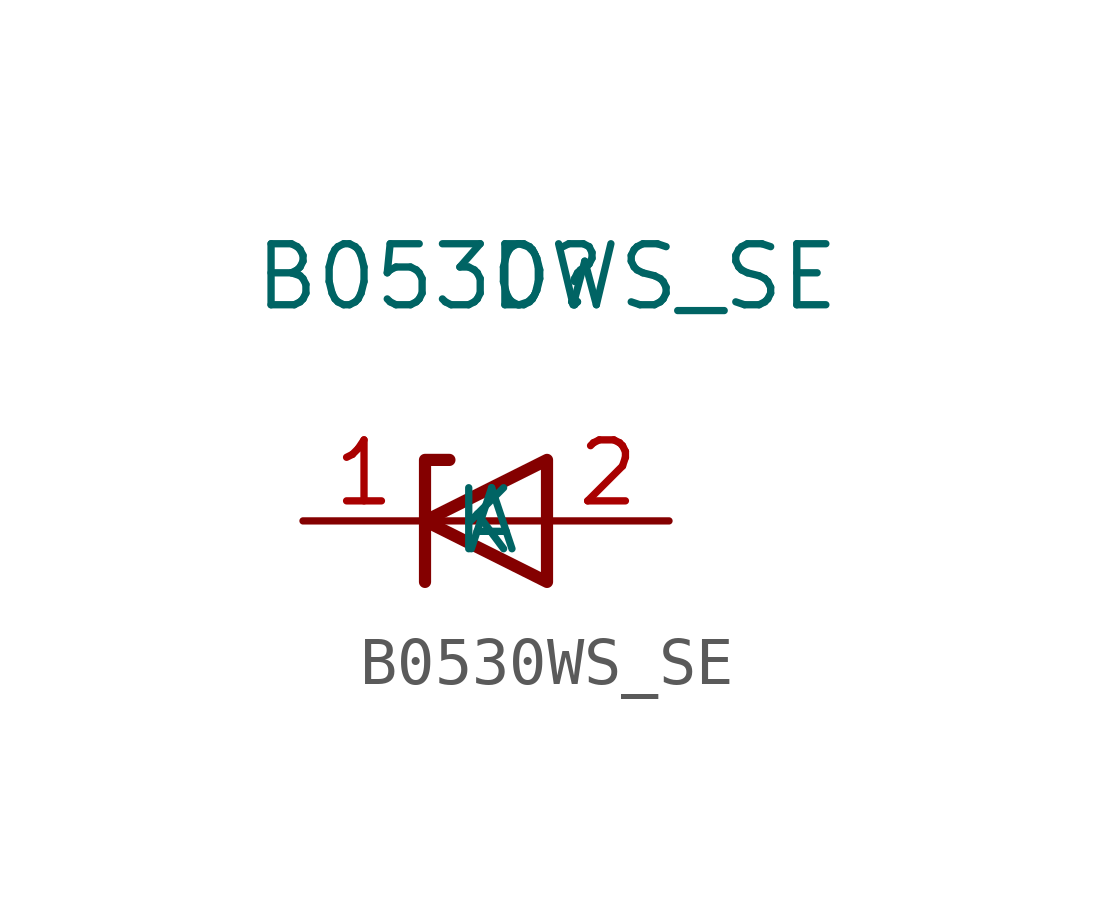
<source format=kicad_sym>
(kicad_symbol_lib
  (version 20220914)
  (generator kicad_symbol_editor)
  (symbol "B0530WS_SE"
    (property "Reference" "D"
      (at 0 0 0)
      (effects (font (size 1.27 1.27))))
    (property "Value" "B0530WS_SE"
      (at 0 0 0)
      (effects (font (size 1.27 1.27))))
    (symbol "B0530WS_SE_0_1"
      (polyline (pts (xy 0 -5.08) (xy -2.54 -5.08)) (stroke (width 0) (type default)) (fill (type none)))
      (polyline (pts (xy -2.54 -6.35) (xy -2.54 -3.81) (xy -2.032 -3.81)) (stroke (width 0.254) (type default)) (fill (type none)))
      (polyline (pts (xy 0 -6.35) (xy 0 -3.81) (xy -2.54 -5.08) (xy 0 -6.35)) (stroke (width 0.254) (type default)) (fill (type none))))
    (symbol "B0530WS_SE_1_1"
      (pin passive line (at -5.08 -5.08 0) (length 2.54) (name "K" (effects (font (size 1.27 1.27)))) (number "1" (effects (font (size 1.27 1.27)))))
      (pin passive line (at 2.54 -5.08 180) (length 2.54) (name "A" (effects (font (size 1.27 1.27)))) (number "2" (effects (font (size 1.27 1.27))))))))
</source>
